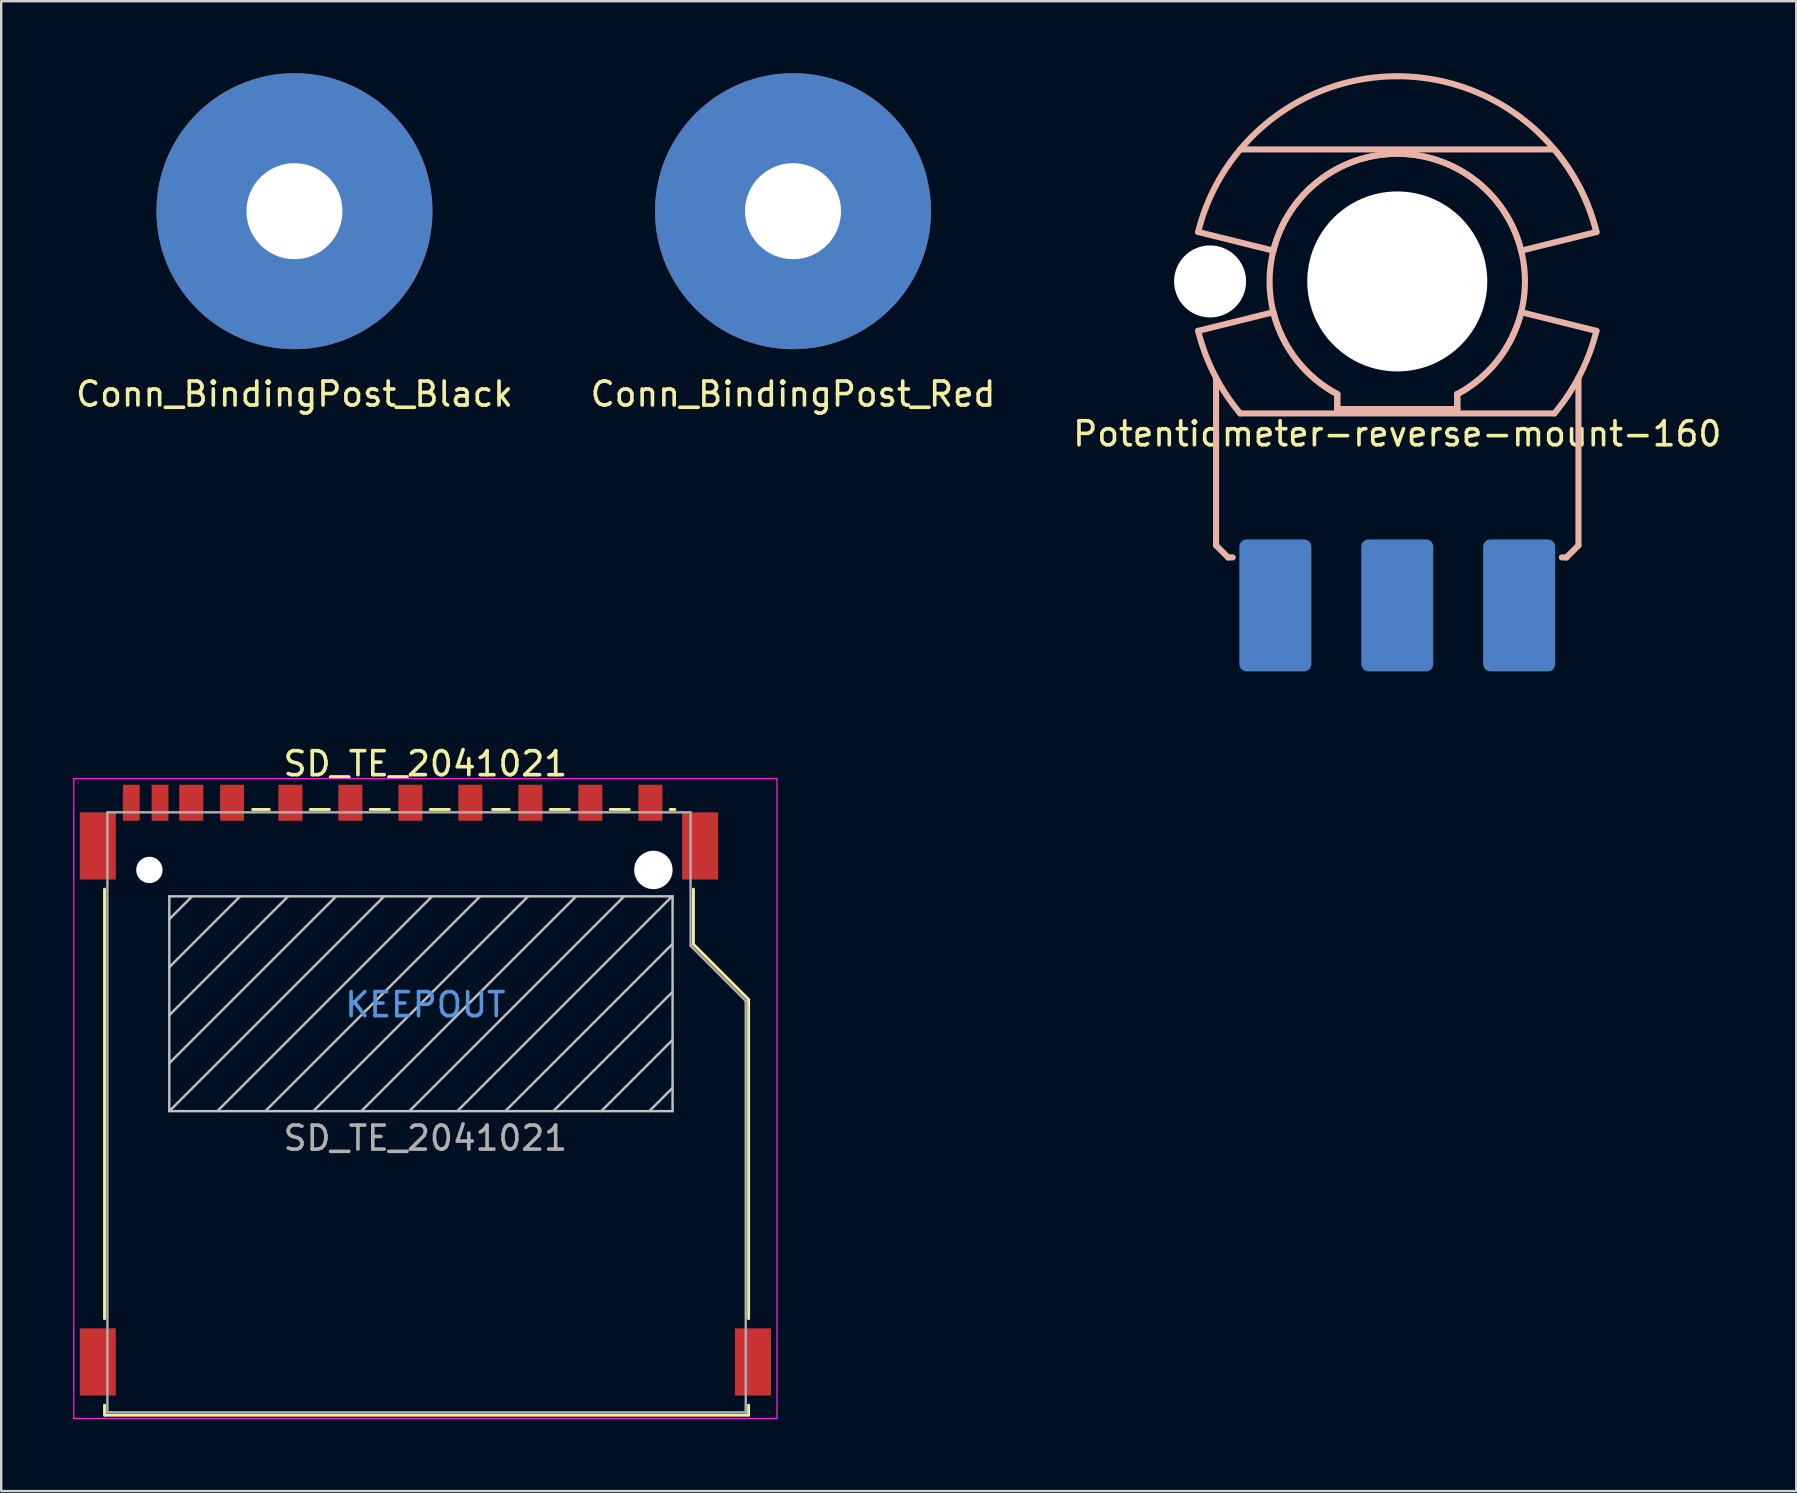
<source format=kicad_pcb>
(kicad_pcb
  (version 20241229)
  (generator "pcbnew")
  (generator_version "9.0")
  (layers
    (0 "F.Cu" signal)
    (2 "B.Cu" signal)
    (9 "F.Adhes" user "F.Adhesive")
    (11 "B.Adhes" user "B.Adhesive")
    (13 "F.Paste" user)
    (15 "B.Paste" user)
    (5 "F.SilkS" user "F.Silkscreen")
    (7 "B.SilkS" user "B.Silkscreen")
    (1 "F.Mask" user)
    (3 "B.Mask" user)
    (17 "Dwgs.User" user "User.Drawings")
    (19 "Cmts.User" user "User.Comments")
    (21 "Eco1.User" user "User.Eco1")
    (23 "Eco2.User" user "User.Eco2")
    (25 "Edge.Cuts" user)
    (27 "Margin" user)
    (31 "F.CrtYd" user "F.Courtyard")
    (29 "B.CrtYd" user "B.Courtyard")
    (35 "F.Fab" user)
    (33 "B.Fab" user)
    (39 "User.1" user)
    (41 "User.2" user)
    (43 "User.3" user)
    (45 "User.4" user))
  (footprint "Conn_BindingPost_Red"
    (layer "F.Cu")
    (at 29.994 5.75)
    (property "Reference" "Conn_BindingPost_Red" (at 0 7.62 0) (layer "F.SilkS") (effects (font (size 1 1) (thickness 0.15))))
    (attr through_hole)
    (pad "1" thru_hole circle (at 0 0) (size 11.5 11.5) (drill 4) (layers "*.Cu" "*.Mask")))
  (footprint "SD_TE_2041021"
    (layer "F.Cu")
    (at 14.675 42.375)
    (property "Reference" "SD_TE_2041021" (at 0 -13.6 0) (layer "F.SilkS") (effects (font (size 1 1) (thickness 0.15))))
    (attr smd)
    (fp_line (start -13.37 -8.375) (end -13.37 9.525) (stroke (width 0.12) (type solid)) (layer "F.SilkS"))
    (fp_line (start -13.37 13.125) (end -13.37 13.545) (stroke (width 0.12) (type solid)) (layer "F.SilkS"))
    (fp_line (start -13.37 13.545) (end 13.47 13.545) (stroke (width 0.12) (type solid)) (layer "F.SilkS"))
    (fp_line (start -7.2 -11.695) (end -6.5 -11.695) (stroke (width 0.12) (type solid)) (layer "F.SilkS"))
    (fp_line (start -4.8 -11.695) (end -4 -11.695) (stroke (width 0.12) (type solid)) (layer "F.SilkS"))
    (fp_line (start -2.3 -11.695) (end -1.5 -11.695) (stroke (width 0.12) (type solid)) (layer "F.SilkS"))
    (fp_line (start 0.2 -11.695) (end 1 -11.695) (stroke (width 0.12) (type solid)) (layer "F.SilkS"))
    (fp_line (start 2.8 -11.695) (end 3.5 -11.695) (stroke (width 0.12) (type solid)) (layer "F.SilkS"))
    (fp_line (start 5.2 -11.695) (end 6 -11.695) (stroke (width 0.12) (type solid)) (layer "F.SilkS"))
    (fp_line (start 7.7 -11.695) (end 8.5 -11.695) (stroke (width 0.12) (type solid)) (layer "F.SilkS"))
    (fp_line (start 10.2 -11.695) (end 10.4 -11.695) (stroke (width 0.12) (type solid)) (layer "F.SilkS"))
    (fp_line (start 11.17 -8.375) (end 11.17 -6.075) (stroke (width 0.12) (type solid)) (layer "F.SilkS"))
    (fp_line (start 11.17 -6.075) (end 13.47 -3.775) (stroke (width 0.12) (type solid)) (layer "F.SilkS"))
    (fp_line (start 13.47 -3.775) (end 13.47 9.525) (stroke (width 0.12) (type solid)) (layer "F.SilkS"))
    (fp_line (start 13.47 13.545) (end 13.47 13.125) (stroke (width 0.12) (type solid)) (layer "F.SilkS"))
    (fp_line (start -10.67 -8.075) (end -10.67 0.875) (stroke (width 0.1) (type solid)) (layer "Dwgs.User"))
    (fp_line (start -10.67 0.875) (end 10.3 0.875) (stroke (width 0.1) (type solid)) (layer "Dwgs.User"))
    (fp_line (start -9.72 -8.075) (end -10.67 -7.125) (stroke (width 0.1) (type solid)) (layer "Dwgs.User"))
    (fp_line (start -7.72 -8.075) (end -10.67 -5.125) (stroke (width 0.1) (type solid)) (layer "Dwgs.User"))
    (fp_line (start -5.72 -8.075) (end -10.67 -3.125) (stroke (width 0.1) (type solid)) (layer "Dwgs.User"))
    (fp_line (start -3.72 -8.075) (end -10.67 -1.125) (stroke (width 0.1) (type solid)) (layer "Dwgs.User"))
    (fp_line (start -1.72 -8.075) (end -10.67 0.875) (stroke (width 0.1) (type solid)) (layer "Dwgs.User"))
    (fp_line (start 0.28 -8.075) (end -8.67 0.875) (stroke (width 0.1) (type solid)) (layer "Dwgs.User"))
    (fp_line (start 2.28 -8.075) (end -6.67 0.875) (stroke (width 0.1) (type solid)) (layer "Dwgs.User"))
    (fp_line (start 4.28 -8.075) (end -4.67 0.875) (stroke (width 0.1) (type solid)) (layer "Dwgs.User"))
    (fp_line (start 6.28 -8.075) (end -2.67 0.875) (stroke (width 0.1) (type solid)) (layer "Dwgs.User"))
    (fp_line (start 8.28 -8.075) (end -0.67 0.875) (stroke (width 0.1) (type solid)) (layer "Dwgs.User"))
    (fp_line (start 10.28 -8.075) (end 1.33 0.875) (stroke (width 0.1) (type solid)) (layer "Dwgs.User"))
    (fp_line (start 10.3 -8.075) (end -10.67 -8.075) (stroke (width 0.1) (type solid)) (layer "Dwgs.User"))
    (fp_line (start 10.3 -6.095) (end 3.33 0.875) (stroke (width 0.1) (type solid)) (layer "Dwgs.User"))
    (fp_line (start 10.3 -4.095) (end 5.33 0.875) (stroke (width 0.1) (type solid)) (layer "Dwgs.User"))
    (fp_line (start 10.3 -2.095) (end 7.33 0.875) (stroke (width 0.1) (type solid)) (layer "Dwgs.User"))
    (fp_line (start 10.3 -0.095) (end 9.33 0.875) (stroke (width 0.1) (type solid)) (layer "Dwgs.User"))
    (fp_line (start 10.3 0.875) (end 10.3 -8.075) (stroke (width 0.1) (type solid)) (layer "Dwgs.User"))
    (fp_line (start -14.65 -12.98) (end -14.65 13.68) (stroke (width 0.05) (type solid)) (layer "F.CrtYd"))
    (fp_line (start -14.65 -12.98) (end 14.65 -12.98) (stroke (width 0.05) (type solid)) (layer "F.CrtYd"))
    (fp_line (start 14.65 13.68) (end -14.65 13.68) (stroke (width 0.05) (type solid)) (layer "F.CrtYd"))
    (fp_line (start 14.65 13.68) (end 14.65 -12.98) (stroke (width 0.05) (type solid)) (layer "F.CrtYd"))
    (fp_line (start -13.25 -11.575) (end -13.25 13.425) (stroke (width 0.1) (type solid)) (layer "F.Fab"))
    (fp_line (start -13.25 13.425) (end 13.35 13.425) (stroke (width 0.1) (type solid)) (layer "F.Fab"))
    (fp_line (start 11.05 -11.575) (end -13.25 -11.575) (stroke (width 0.1) (type solid)) (layer "F.Fab"))
    (fp_line (start 11.05 -6.015) (end 11.05 -11.575) (stroke (width 0.1) (type solid)) (layer "F.Fab"))
    (fp_line (start 13.35 -3.715) (end 11.05 -6.015) (stroke (width 0.1) (type solid)) (layer "F.Fab"))
    (fp_line (start 13.35 13.425) (end 13.35 -3.715) (stroke (width 0.1) (type solid)) (layer "F.Fab"))
    (fp_text user "KEEPOUT" (at 0 -3.56 0) (layer "Cmts.User") (effects (font (size 1 1) (thickness 0.15))))
    (fp_text user "${REFERENCE}" (at 0 2 0) (layer "F.Fab") (effects (font (size 1 1) (thickness 0.15))))
    (pad "" np_thru_hole circle (at -11.5 -9.175) (size 1.1 1.1) (drill 1.1) (layers "*.Cu" "*.Mask"))
    (pad "" np_thru_hole circle (at 9.5 -9.175) (size 1.6 1.6) (drill 1.6) (layers "*.Cu" "*.Mask"))
    (pad "1" smd rect (at 6.875 -11.975) (size 1 1.5) (layers "F.Cu" "F.Mask" "F.Paste"))
    (pad "2" smd rect (at 4.375 -11.975) (size 1 1.5) (layers "F.Cu" "F.Mask" "F.Paste"))
    (pad "3" smd rect (at 1.875 -11.975) (size 1 1.5) (layers "F.Cu" "F.Mask" "F.Paste"))
    (pad "4" smd rect (at -0.625 -11.975) (size 1 1.5) (layers "F.Cu" "F.Mask" "F.Paste"))
    (pad "5" smd rect (at -3.125 -11.975) (size 1 1.5) (layers "F.Cu" "F.Mask" "F.Paste"))
    (pad "6" smd rect (at -5.625 -11.975) (size 1 1.5) (layers "F.Cu" "F.Mask" "F.Paste"))
    (pad "7" smd rect (at -8.055 -11.975) (size 1 1.5) (layers "F.Cu" "F.Mask" "F.Paste"))
    (pad "8" smd rect (at -9.755 -11.975) (size 1 1.5) (layers "F.Cu" "F.Mask" "F.Paste"))
    (pad "9" smd rect (at 9.375 -11.975) (size 1 1.5) (layers "F.Cu" "F.Mask" "F.Paste"))
    (pad "10" smd rect (at -11.055 -11.975) (size 0.7 1.5) (layers "F.Cu" "F.Mask" "F.Paste"))
    (pad "11" smd rect (at -12.255 -11.975) (size 0.7 1.5) (layers "F.Cu" "F.Mask" "F.Paste"))
    (pad "12" smd rect (at -13.65 -10.175) (size 1.5 2.8) (layers "F.Cu" "F.Mask" "F.Paste"))
    (pad "12" smd rect (at -13.65 11.325) (size 1.5 2.8) (layers "F.Cu" "F.Mask" "F.Paste"))
    (pad "12" smd rect (at 11.45 -10.175) (size 1.5 2.8) (layers "F.Cu" "F.Mask" "F.Paste"))
    (pad "12" smd rect (at 13.65 11.325) (size 1.5 2.8) (layers "F.Cu" "F.Mask" "F.Paste")))
  (footprint "Conn_BindingPost_Black"
    (layer "F.Cu")
    (at 9.22 5.75)
    (property "Reference" "Conn_BindingPost_Black" (at 0 7.62 0) (layer "F.SilkS") (effects (font (size 1 1) (thickness 0.15))))
    (attr through_hole)
    (pad "1" thru_hole circle (at 0 0) (size 11.5 11.5) (drill 4) (layers "*.Cu" "*.Mask")))
  (footprint "Potentiometer-reverse-mount-160"
    (layer "F.Cu")
    (at 55.173 8.677)
    (property "Reference" "Potentiometer-reverse-mount-160" (at 0 6.35 0) (layer "F.SilkS") (effects (font (size 1 1) (thickness 0.15))))
    (attr through_hole)
    (fp_line (start -8.298 -2.06) (end -5.163 -1.282) (stroke (width 0.254) (type solid)) (layer "B.SilkS"))
    (fp_line (start -7.55 4.012) (end -7.55 11) (stroke (width 0.254) (type solid)) (layer "B.SilkS"))
    (fp_line (start -7.55 11) (end -7.05 11.5) (stroke (width 0.254) (type solid)) (layer "B.SilkS"))
    (fp_line (start -7.05 11.5) (end -6.858 11.5) (stroke (width 0.254) (type solid)) (layer "B.SilkS"))
    (fp_line (start -6.546 5.5) (end 6.546 5.5) (stroke (width 0.254) (type solid)) (layer "B.SilkS"))
    (fp_line (start -5.163 1.282) (end -8.298 2.06) (stroke (width 0.254) (type solid)) (layer "B.SilkS"))
    (fp_line (start -2.5 5.32) (end -2.5 4.696) (stroke (width 0.254) (type solid)) (layer "B.SilkS"))
    (fp_line (start -2.5 5.32) (end 2.5 5.32) (stroke (width 0.254) (type solid)) (layer "B.SilkS"))
    (fp_line (start -2.5 4.696) (end -2.5 5.32) (stroke (width 0.254) (type solid)) (layer "B.SilkS"))
    (fp_line (start 2.5 4.696) (end 2.5 5.32) (stroke (width 0.254) (type solid)) (layer "B.SilkS"))
    (fp_line (start 2.5 5.32) (end -2.5 5.32) (stroke (width 0.254) (type solid)) (layer "B.SilkS"))
    (fp_line (start 2.5 5.32) (end 2.5 4.696) (stroke (width 0.254) (type solid)) (layer "B.SilkS"))
    (fp_line (start 5.163 -1.282) (end 8.298 -2.06) (stroke (width 0.254) (type solid)) (layer "B.SilkS"))
    (fp_line (start 6.546 -5.5) (end -6.546 -5.5) (stroke (width 0.254) (type solid)) (layer "B.SilkS"))
    (fp_line (start 6.858 11.5) (end 7.05 11.5) (stroke (width 0.254) (type solid)) (layer "B.SilkS"))
    (fp_line (start 7.05 11.5) (end 7.55 11) (stroke (width 0.254) (type solid)) (layer "B.SilkS"))
    (fp_line (start 7.55 11) (end 7.55 4.012) (stroke (width 0.254) (type solid)) (layer "B.SilkS"))
    (fp_line (start 8.298 2.06) (end 5.163 1.282) (stroke (width 0.254) (type solid)) (layer "B.SilkS"))
    (fp_arc (start -8.298126 -2.059999) (mid -7.618843 -3.88017) (end -6.546182 -5.499999) (stroke (width 0.254) (type solid)) (layer "B.SilkS"))
    (fp_arc (start -6.546182 -5.499999) (mid 1.930214 -8.329271) (end 8.298126 -2.06) (stroke (width 0.254) (type solid)) (layer "B.SilkS"))
    (fp_arc (start -6.546182 5.5) (mid -7.618843 3.880171) (end -8.298126 2.06) (stroke (width 0.254) (type solid)) (layer "B.SilkS"))
    (fp_arc (start -5.163278 -1.281777) (mid 0 -5.319999) (end 5.163278 -1.281778) (stroke (width 0.254) (type solid)) (layer "B.SilkS"))
    (fp_arc (start -2.5 4.695998) (mid -4.194721 3.272112) (end -5.163278 1.281778) (stroke (width 0.254) (type solid)) (layer "B.SilkS"))
    (fp_arc (start -2.499999 4.695998) (mid -0.000001 -5.319999) (end 2.5 4.695997) (stroke (width 0.254) (type solid)) (layer "B.SilkS"))
    (fp_arc (start 5.163278 1.281777) (mid 4.194721 3.272111) (end 2.5 4.695997) (stroke (width 0.254) (type solid)) (layer "B.SilkS"))
    (fp_arc (start 6.546182 -5.5) (mid 7.618843 -3.880171) (end 8.298126 -2.06) (stroke (width 0.254) (type solid)) (layer "B.SilkS"))
    (fp_arc (start 8.298126 2.06) (mid 7.618843 3.880171) (end 6.546182 5.5) (stroke (width 0.254) (type solid)) (layer "B.SilkS"))
    (fp_circle (center 0 0) (end -3.5 0) (stroke (width 0.254) (type solid)) (fill no) (layer "B.SilkS"))
    (pad "" np_thru_hole circle (at -7.8 0) (size 3 3) (drill 3) (layers "*.Cu" "*.Mask"))
    (pad "" np_thru_hole circle (at 0 0) (size 7.5 7.5) (drill 7.5) (layers "*.Cu" "*.Mask"))
    (pad "1" smd roundrect (at -5.08 13.5) (size 3 5.5) (layers "B.Cu" "B.Mask") (roundrect_rratio 0.1))
    (pad "2" smd roundrect (at 0 13.5) (size 3 5.5) (layers "B.Cu" "B.Mask") (roundrect_rratio 0.1))
    (pad "3" smd roundrect (at 5.08 13.5) (size 3 5.5) (layers "B.Cu" "B.Mask") (roundrect_rratio 0.1)))
  (gr_rect
    (start -3 -3)
    (end 71.798 59.08)
    (stroke (width 0.1) (type default))
    (fill no)
    (layer "Edge.Cuts")))
</source>
